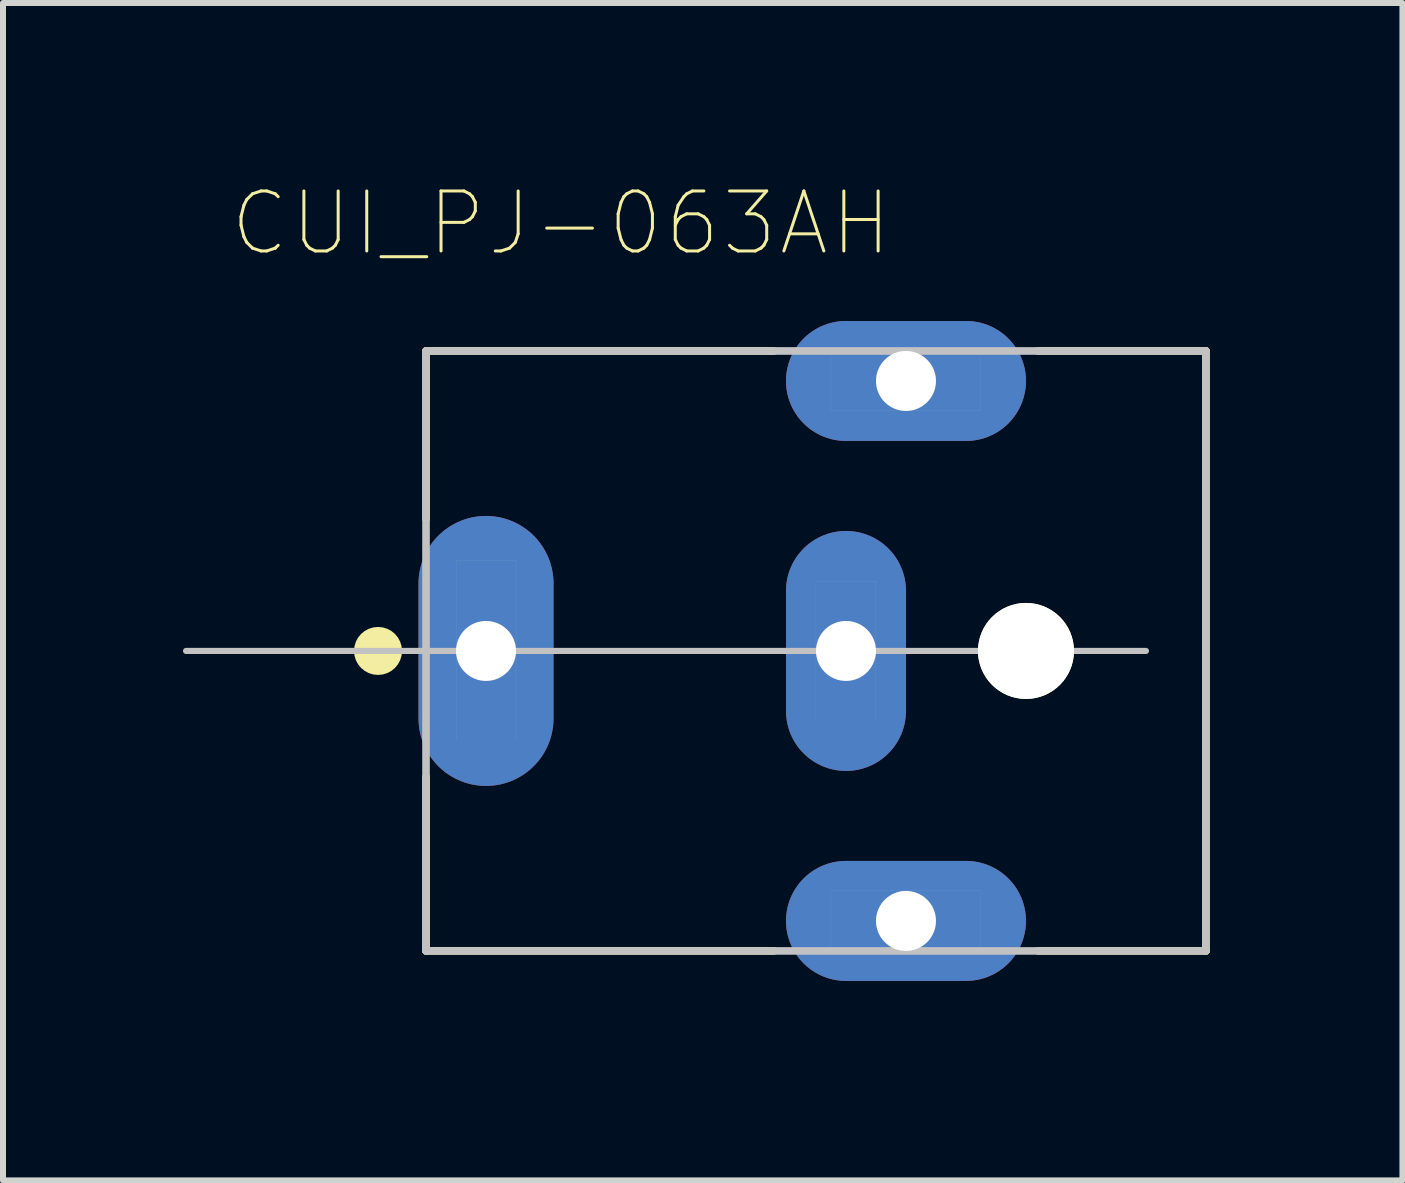
<source format=kicad_pcb>
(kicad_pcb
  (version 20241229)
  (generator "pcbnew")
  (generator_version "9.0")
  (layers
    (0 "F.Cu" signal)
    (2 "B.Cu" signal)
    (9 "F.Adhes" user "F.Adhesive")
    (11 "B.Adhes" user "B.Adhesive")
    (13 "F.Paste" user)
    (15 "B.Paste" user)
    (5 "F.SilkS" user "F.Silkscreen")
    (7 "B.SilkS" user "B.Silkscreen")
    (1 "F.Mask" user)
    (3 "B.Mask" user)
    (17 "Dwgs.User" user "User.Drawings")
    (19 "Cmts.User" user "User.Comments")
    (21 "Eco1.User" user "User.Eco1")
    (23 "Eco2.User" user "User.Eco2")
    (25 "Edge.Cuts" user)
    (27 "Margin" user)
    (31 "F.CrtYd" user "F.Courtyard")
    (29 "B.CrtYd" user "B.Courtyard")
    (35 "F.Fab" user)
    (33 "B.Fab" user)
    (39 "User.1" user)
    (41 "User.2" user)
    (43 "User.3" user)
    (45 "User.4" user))
  (footprint "CUI_PJ-063AH"
    (layer "F.Cu")
    (at 5.051 7.8)
    (property "Reference" "CUI_PJ-063AH" (at 1.25 -7.127 0) (layer "F.SilkS") (effects (font (size 1 1) (thickness 0.05))))
    (attr through_hole)
    (fp_line (start -1 -5) (end 4.8 -5) (stroke (width 0.127) (type solid)) (layer "F.SilkS"))
    (fp_line (start -1 -2.2) (end -1 -5) (stroke (width 0.127) (type solid)) (layer "F.SilkS"))
    (fp_line (start -1 5) (end -1 2.1) (stroke (width 0.127) (type solid)) (layer "F.SilkS"))
    (fp_line (start 4.8 5) (end -1 5) (stroke (width 0.127) (type solid)) (layer "F.SilkS"))
    (fp_line (start 9.2 -5) (end 12 -5) (stroke (width 0.127) (type solid)) (layer "F.SilkS"))
    (fp_line (start 12 -5) (end 12 5) (stroke (width 0.127) (type solid)) (layer "F.SilkS"))
    (fp_line (start 12 5) (end 9.2 5) (stroke (width 0.127) (type solid)) (layer "F.SilkS"))
    (fp_circle (center -1.8 0) (end -1.6 0) (stroke (width 0.4) (type solid)) (fill no) (layer "F.SilkS"))
    (fp_line (start -5 0) (end 11 0) (stroke (width 0.102) (type solid)) (layer "Dwgs.User"))
    (fp_line (start -1 -5) (end 12 -5) (stroke (width 0.127) (type solid)) (layer "Dwgs.User"))
    (fp_line (start -1 5) (end -1 -5) (stroke (width 0.127) (type solid)) (layer "Dwgs.User"))
    (fp_line (start 12 -5) (end 12 5) (stroke (width 0.127) (type solid)) (layer "Dwgs.User"))
    (fp_line (start 12 5) (end -1 5) (stroke (width 0.127) (type solid)) (layer "Dwgs.User"))
    (fp_line (start -1.4 -2.45) (end -1.25 -2.45) (stroke (width 0.05) (type solid)) (layer "Eco1.User"))
    (fp_line (start -1.4 2.25) (end -1.4 -2.45) (stroke (width 0.05) (type solid)) (layer "Eco1.User"))
    (fp_line (start -1.25 -5.25) (end 4.75 -5.25) (stroke (width 0.05) (type solid)) (layer "Eco1.User"))
    (fp_line (start -1.25 -2.45) (end -1.25 -5.25) (stroke (width 0.05) (type solid)) (layer "Eco1.User"))
    (fp_line (start -1.25 2.25) (end -1.4 2.25) (stroke (width 0.05) (type solid)) (layer "Eco1.User"))
    (fp_line (start -1.25 5.25) (end -1.25 2.25) (stroke (width 0.05) (type solid)) (layer "Eco1.User"))
    (fp_line (start 4.75 -5.85) (end 9.45 -5.85) (stroke (width 0.05) (type solid)) (layer "Eco1.User"))
    (fp_line (start 4.75 -5.25) (end 4.75 -5.85) (stroke (width 0.05) (type solid)) (layer "Eco1.User"))
    (fp_line (start 4.75 5.25) (end -1.25 5.25) (stroke (width 0.05) (type solid)) (layer "Eco1.User"))
    (fp_line (start 4.75 5.8) (end 4.75 5.25) (stroke (width 0.05) (type solid)) (layer "Eco1.User"))
    (fp_line (start 9.25 5.25) (end 9.25 5.8) (stroke (width 0.05) (type solid)) (layer "Eco1.User"))
    (fp_line (start 9.25 5.8) (end 4.75 5.8) (stroke (width 0.05) (type solid)) (layer "Eco1.User"))
    (fp_line (start 9.45 -5.85) (end 9.45 -5.25) (stroke (width 0.05) (type solid)) (layer "Eco1.User"))
    (fp_line (start 9.45 -5.25) (end 12.25 -5.25) (stroke (width 0.05) (type solid)) (layer "Eco1.User"))
    (fp_line (start 12.25 -5.25) (end 12.25 5.25) (stroke (width 0.05) (type solid)) (layer "Eco1.User"))
    (fp_line (start 12.25 5.25) (end 9.25 5.25) (stroke (width 0.05) (type solid)) (layer "Eco1.User"))
    (fp_line (start -0.5 -1.5) (end 0.5 -1.5) (stroke (width 0.001) (type solid)) (layer "Edge.Cuts"))
    (fp_line (start -0.5 1.5) (end -0.5 -1.5) (stroke (width 0.001) (type solid)) (layer "Edge.Cuts"))
    (fp_line (start 0.5 -1.5) (end 0.5 1.5) (stroke (width 0.001) (type solid)) (layer "Edge.Cuts"))
    (fp_line (start 0.5 1.5) (end -0.5 1.5) (stroke (width 0.001) (type solid)) (layer "Edge.Cuts"))
    (fp_line (start 5.5 -1.15) (end 6.5 -1.15) (stroke (width 0.001) (type solid)) (layer "Edge.Cuts"))
    (fp_line (start 5.5 1.15) (end 5.5 -1.15) (stroke (width 0.001) (type solid)) (layer "Edge.Cuts"))
    (fp_line (start 5.75 -5) (end 8.25 -5) (stroke (width 0.001) (type solid)) (layer "Edge.Cuts"))
    (fp_line (start 5.75 -4) (end 5.75 -5) (stroke (width 0.001) (type solid)) (layer "Edge.Cuts"))
    (fp_line (start 5.75 4) (end 8.25 4) (stroke (width 0.001) (type solid)) (layer "Edge.Cuts"))
    (fp_line (start 5.75 5) (end 5.75 4) (stroke (width 0.001) (type solid)) (layer "Edge.Cuts"))
    (fp_line (start 6.5 -1.15) (end 6.5 1.15) (stroke (width 0.001) (type solid)) (layer "Edge.Cuts"))
    (fp_line (start 6.5 1.15) (end 5.5 1.15) (stroke (width 0.001) (type solid)) (layer "Edge.Cuts"))
    (fp_line (start 8.25 -5) (end 8.25 -4) (stroke (width 0.001) (type solid)) (layer "Edge.Cuts"))
    (fp_line (start 8.25 -4) (end 5.75 -4) (stroke (width 0.001) (type solid)) (layer "Edge.Cuts"))
    (fp_line (start 8.25 4) (end 8.25 5) (stroke (width 0.001) (type solid)) (layer "Edge.Cuts"))
    (fp_line (start 8.25 5) (end 5.75 5) (stroke (width 0.001) (type solid)) (layer "Edge.Cuts"))
    (pad "" np_thru_hole circle (at 9 0) (size 1.6 1.6) (drill 1.6) (layers "*.Cu" "*.Mask" "F.SilkS"))
    (pad "1" thru_hole oval (at 0 0 270) (size 4.5 2.25) (drill 1) (layers "*.Cu" "*.Mask"))
    (pad "2" thru_hole oval (at 6 0 270) (size 4 2) (drill 1) (layers "*.Cu" "*.Mask"))
    (pad "S1" thru_hole oval (at 7 -4.5) (size 4 2) (drill 1) (layers "*.Cu" "*.Mask"))
    (pad "S2" thru_hole oval (at 7 4.5) (size 4 2) (drill 1) (layers "*.Cu" "*.Mask")))
  (gr_rect
    (start -3 -3)
    (end 20.326 16.625)
    (stroke (width 0.1) (type default))
    (fill no)
    (layer "Edge.Cuts")))
</source>
